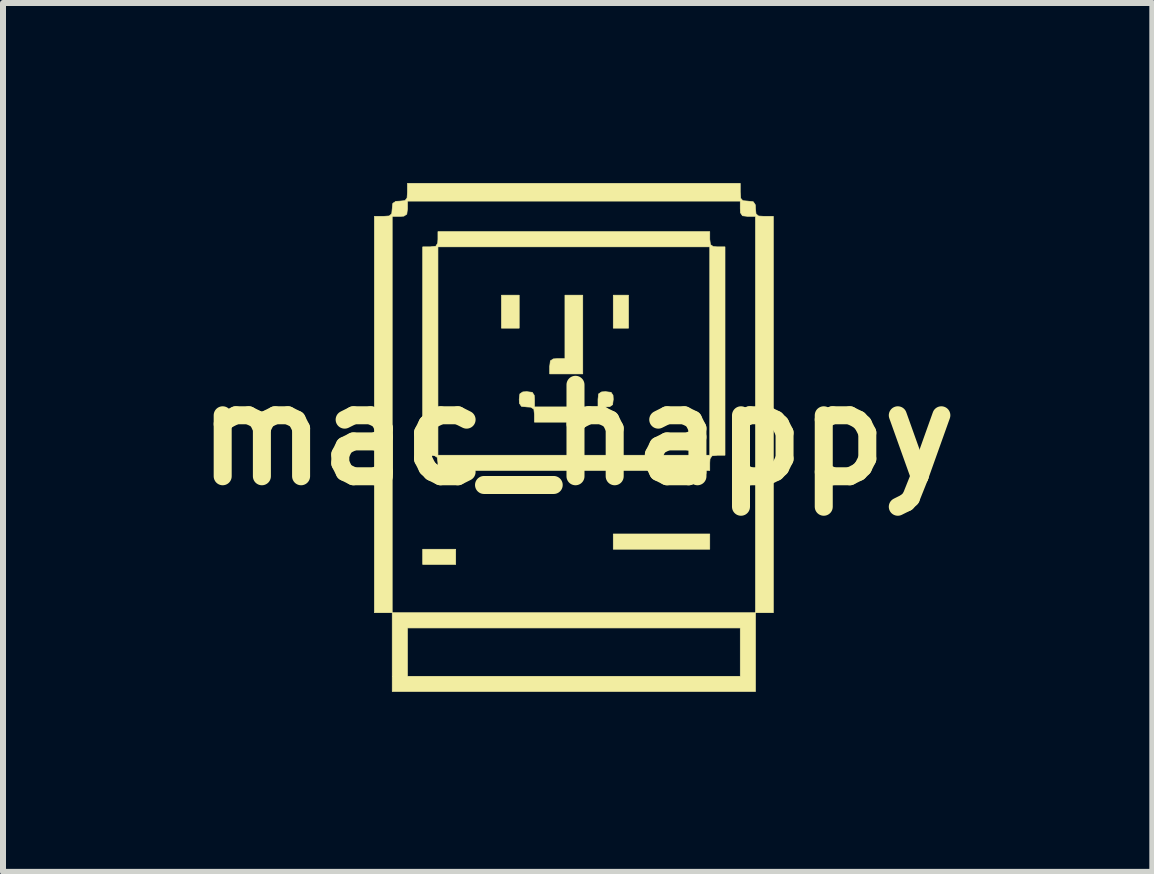
<source format=kicad_pcb>
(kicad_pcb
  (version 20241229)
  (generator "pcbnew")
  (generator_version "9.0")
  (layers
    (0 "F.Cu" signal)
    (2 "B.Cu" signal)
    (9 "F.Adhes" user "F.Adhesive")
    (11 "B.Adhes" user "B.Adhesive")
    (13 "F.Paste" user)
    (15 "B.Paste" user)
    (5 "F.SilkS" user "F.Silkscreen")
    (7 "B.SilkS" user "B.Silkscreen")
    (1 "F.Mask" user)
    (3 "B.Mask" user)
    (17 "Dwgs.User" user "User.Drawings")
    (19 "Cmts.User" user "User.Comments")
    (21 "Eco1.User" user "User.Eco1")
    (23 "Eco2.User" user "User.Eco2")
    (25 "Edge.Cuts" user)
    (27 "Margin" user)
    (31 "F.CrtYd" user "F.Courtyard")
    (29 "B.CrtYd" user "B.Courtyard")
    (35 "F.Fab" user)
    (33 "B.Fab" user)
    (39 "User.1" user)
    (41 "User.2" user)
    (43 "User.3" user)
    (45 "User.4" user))
  (footprint "mac_happy"
    (layer "F.Cu")
    (at 6.575 4.196)
    (property "Reference" "mac_happy" (at 0 0 0) (layer "F.SilkS") (effects (font (size 1.524 1.524) (thickness 0.3))))
    (attr through_hole)
    (fp_poly (pts (xy -2.032 2.159) (xy -2.582 2.159) (xy -2.582 1.905) (xy -2.032 1.905) (xy -2.032 2.159)) (stroke (width 0.01) (type solid)) (fill yes) (layer "F.SilkS"))
    (fp_poly (pts (xy -0.974 -1.778) (xy -1.27 -1.778) (xy -1.27 -2.328) (xy -0.974 -2.328) (xy -0.974 -1.778)) (stroke (width 0.01) (type solid)) (fill yes) (layer "F.SilkS"))
    (fp_poly (pts (xy 0.847 -1.778) (xy 0.593 -1.778) (xy 0.593 -2.328) (xy 0.847 -2.328) (xy 0.847 -1.778)) (stroke (width 0.01) (type solid)) (fill yes) (layer "F.SilkS"))
    (fp_poly (pts (xy 2.201 1.905) (xy 0.593 1.905) (xy 0.593 1.651) (xy 2.201 1.651) (xy 2.201 1.905)) (stroke (width 0.01) (type solid)) (fill yes) (layer "F.SilkS"))
    (fp_poly (pts (xy 0.085 -1.016) (xy -0.466 -1.016) (xy -0.466 -1.143) (xy -0.455 -1.233) (xy -0.406 -1.266) (xy -0.339 -1.27) (xy -0.212 -1.27) (xy -0.212 -2.328) (xy 0.085 -2.328) (xy 0.085 -1.016)) (stroke (width 0.01) (type solid)) (fill yes) (layer "F.SilkS"))
    (fp_poly (pts (xy 0.556 -0.709) (xy 0.589 -0.66) (xy 0.593 -0.593) (xy 0.582 -0.503) (xy 0.533 -0.47) (xy 0.466 -0.466) (xy 0.376 -0.455) (xy 0.343 -0.406) (xy 0.339 -0.339) (xy 0.339 -0.212) (xy -0.72 -0.212) (xy -0.72 -0.339) (xy -0.73 -0.429) (xy -0.78 -0.462) (xy -0.847 -0.466) (xy -0.937 -0.476) (xy -0.97 -0.526) (xy -0.974 -0.593) (xy -0.963 -0.683) (xy -0.914 -0.716) (xy -0.847 -0.72) (xy -0.757 -0.709) (xy -0.724 -0.66) (xy -0.72 -0.593) (xy -0.72 -0.466) (xy 0.339 -0.466) (xy 0.339 -0.593) (xy 0.349 -0.683) (xy 0.399 -0.716) (xy 0.466 -0.72) (xy 0.556 -0.709)) (stroke (width 0.01) (type solid)) (fill yes) (layer "F.SilkS"))
    (fp_poly (pts (xy 2.201 -3.26) (xy 2.212 -3.17) (xy 2.261 -3.137) (xy 2.328 -3.133) (xy 2.455 -3.133) (xy 2.455 0.339) (xy 2.328 0.339) (xy 2.238 0.349) (xy 2.205 0.399) (xy 2.201 0.466) (xy 2.201 0.593) (xy -2.328 0.593) (xy -2.328 0.466) (xy -2.339 0.376) (xy -2.388 0.343) (xy -2.455 0.339) (xy -2.582 0.339) (xy -2.582 -3.133) (xy -2.455 -3.133) (xy -2.328 -3.133) (xy -2.328 0.339) (xy 2.201 0.339) (xy 2.201 -3.133) (xy -2.328 -3.133) (xy -2.455 -3.133) (xy -2.365 -3.143) (xy -2.332 -3.193) (xy -2.328 -3.26) (xy -2.328 -3.387) (xy 2.201 -3.387) (xy 2.201 -3.26)) (stroke (width 0.01) (type solid)) (fill yes) (layer "F.SilkS"))
    (fp_poly (pts (xy 2.709 -4.043) (xy 2.716 -3.943) (xy 2.752 -3.902) (xy 2.836 -3.895) (xy 2.926 -3.884) (xy 2.959 -3.835) (xy 2.963 -3.768) (xy 2.972 -3.682) (xy 3.013 -3.647) (xy 3.111 -3.641) (xy 3.26 -3.641) (xy 3.26 2.963) (xy 2.963 2.963) (xy 2.963 4.276) (xy -3.09 4.276) (xy -3.09 3.217) (xy -2.836 3.217) (xy -2.836 4.022) (xy 2.709 4.022) (xy 2.709 3.217) (xy -2.836 3.217) (xy -3.09 3.217) (xy -3.09 2.963) (xy -3.387 2.963) (xy -3.387 -3.641) (xy -3.239 -3.641) (xy -3.09 -3.641) (xy -3.09 2.963) (xy 2.963 2.963) (xy 2.963 -3.641) (xy 2.836 -3.641) (xy 2.746 -3.651) (xy 2.713 -3.701) (xy 2.709 -3.768) (xy 2.709 -3.895) (xy -2.836 -3.895) (xy -2.836 -3.768) (xy -2.847 -3.678) (xy -2.896 -3.645) (xy -2.963 -3.641) (xy -3.09 -3.641) (xy -3.239 -3.641) (xy -3.139 -3.648) (xy -3.098 -3.684) (xy -3.09 -3.768) (xy -3.08 -3.858) (xy -3.03 -3.891) (xy -2.963 -3.895) (xy -2.878 -3.903) (xy -2.843 -3.945) (xy -2.836 -4.043) (xy -2.836 -4.191) (xy 2.709 -4.191) (xy 2.709 -4.043)) (stroke (width 0.01) (type solid)) (fill yes) (layer "F.SilkS")))
  (gr_rect
    (start -3 -3)
    (end 16.15 11.477)
    (stroke (width 0.1) (type default))
    (fill no)
    (layer "Edge.Cuts")))
</source>
